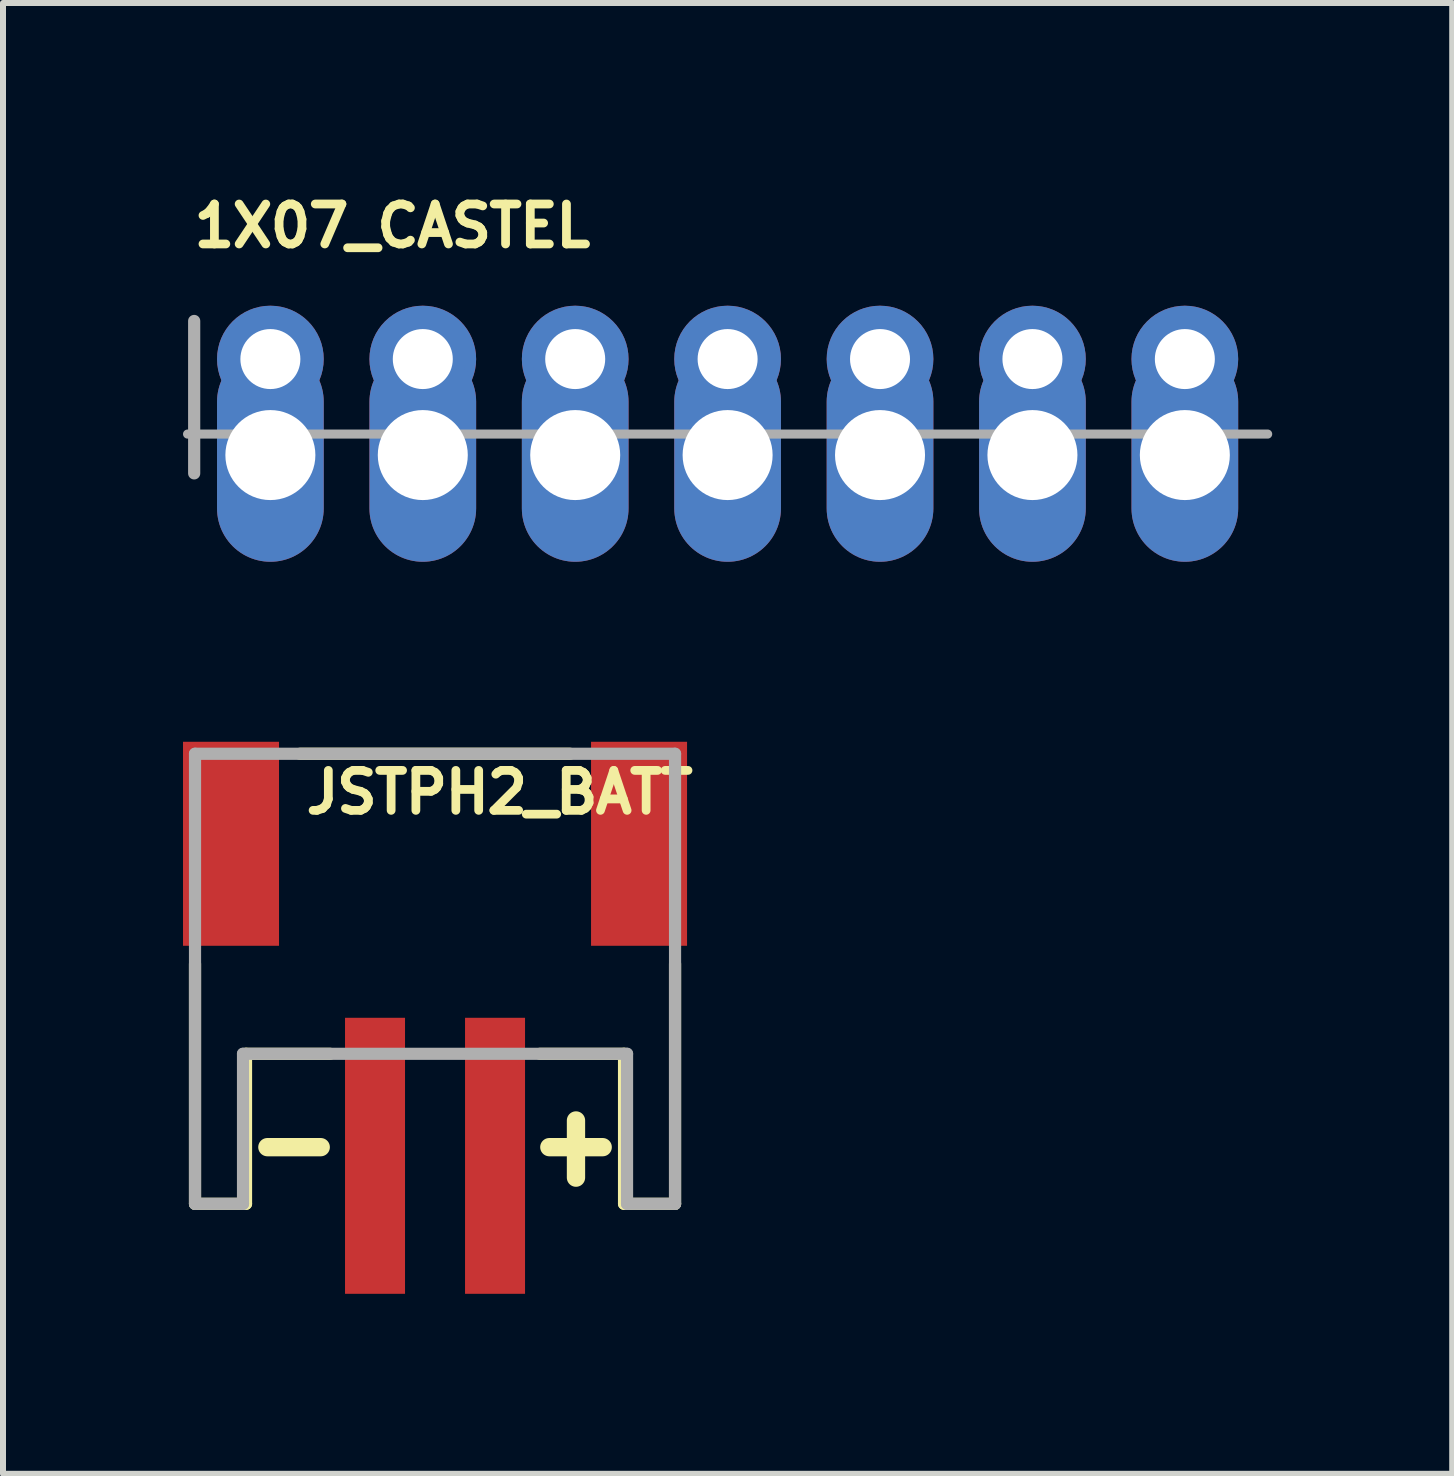
<source format=kicad_pcb>
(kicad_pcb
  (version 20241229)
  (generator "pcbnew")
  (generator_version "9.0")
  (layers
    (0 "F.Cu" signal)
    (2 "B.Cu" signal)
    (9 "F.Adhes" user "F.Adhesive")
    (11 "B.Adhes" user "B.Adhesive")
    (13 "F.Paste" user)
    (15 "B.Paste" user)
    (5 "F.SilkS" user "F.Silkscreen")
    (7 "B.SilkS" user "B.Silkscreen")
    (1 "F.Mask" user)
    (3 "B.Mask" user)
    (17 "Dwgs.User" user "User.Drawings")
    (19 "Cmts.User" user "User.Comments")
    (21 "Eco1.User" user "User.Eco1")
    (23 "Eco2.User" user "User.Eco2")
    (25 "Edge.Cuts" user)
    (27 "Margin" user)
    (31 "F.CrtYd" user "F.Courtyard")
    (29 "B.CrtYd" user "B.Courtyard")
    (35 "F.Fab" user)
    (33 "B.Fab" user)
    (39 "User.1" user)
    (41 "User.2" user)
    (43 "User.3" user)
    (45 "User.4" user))
  (footprint "JSTPH2_BATT"
    (layer "F.Cu")
    (at 4.2 12.512)
    (property "Reference" "JSTPH2_BATT" (at -2.223 -1.968 0) (layer "F.SilkS") (effects (font (size 0.666 0.666) (thickness 0.146)) (justify left bottom)))
    (fp_line (start -4 4.5) (end -4 0.5) (stroke (width 0.203) (type solid)) (layer "F.SilkS"))
    (fp_line (start -3.15 2) (end -3.15 4.5) (stroke (width 0.203) (type solid)) (layer "F.SilkS"))
    (fp_line (start -3.15 4.5) (end -4 4.5) (stroke (width 0.203) (type solid)) (layer "F.SilkS"))
    (fp_line (start -2.794 3.556) (end -1.905 3.556) (stroke (width 0.305) (type solid)) (layer "F.SilkS"))
    (fp_line (start -2.25 -3) (end 2.25 -3) (stroke (width 0.203) (type solid)) (layer "F.SilkS"))
    (fp_line (start -1.75 2) (end -3.15 2) (stroke (width 0.203) (type solid)) (layer "F.SilkS"))
    (fp_line (start 1.905 3.556) (end 2.794 3.556) (stroke (width 0.305) (type solid)) (layer "F.SilkS"))
    (fp_line (start 2.349 4.064) (end 2.349 3.111) (stroke (width 0.305) (type solid)) (layer "F.SilkS"))
    (fp_line (start 3.15 2) (end 1.75 2) (stroke (width 0.203) (type solid)) (layer "F.SilkS"))
    (fp_line (start 3.15 4.5) (end 3.15 2) (stroke (width 0.203) (type solid)) (layer "F.SilkS"))
    (fp_line (start 4 0.5) (end 4 4.5) (stroke (width 0.203) (type solid)) (layer "F.SilkS"))
    (fp_line (start 4 4.5) (end 3.15 4.5) (stroke (width 0.203) (type solid)) (layer "F.SilkS"))
    (fp_line (start -4 -3) (end 4 -3) (stroke (width 0.203) (type solid)) (layer "F.Fab"))
    (fp_line (start -4 4.5) (end -4 -3) (stroke (width 0.203) (type solid)) (layer "F.Fab"))
    (fp_line (start -3.2 2) (end -3.2 4.5) (stroke (width 0.203) (type solid)) (layer "F.Fab"))
    (fp_line (start -3.2 4.5) (end -4 4.5) (stroke (width 0.203) (type solid)) (layer "F.Fab"))
    (fp_line (start 3.2 2) (end -3.2 2) (stroke (width 0.203) (type solid)) (layer "F.Fab"))
    (fp_line (start 3.2 4.5) (end 3.2 2) (stroke (width 0.203) (type solid)) (layer "F.Fab"))
    (fp_line (start 4 -3) (end 4 4.5) (stroke (width 0.203) (type solid)) (layer "F.Fab"))
    (fp_line (start 4 4.5) (end 3.2 4.5) (stroke (width 0.203) (type solid)) (layer "F.Fab"))
    (pad "1" smd rect (at -1 3.7) (size 1 4.6) (layers "F.Cu" "F.Mask" "F.Paste"))
    (pad "2" smd rect (at 1 3.7) (size 1 4.6) (layers "F.Cu" "F.Mask" "F.Paste"))
    (pad "NC1" smd rect (at -3.4 -1.5 90) (size 3.4 1.6) (layers "F.Cu" "F.Mask" "F.Paste"))
    (pad "NC2" smd rect (at 3.4 -1.5 90) (size 3.4 1.6) (layers "F.Cu" "F.Mask" "F.Paste")))
  (footprint "1X07_CASTEL"
    (layer "F.Cu")
    (at 9.076 2.934)
    (property "Reference" "1X07_CASTEL" (at -8.966 -1.829 0) (layer "F.SilkS") (effects (font (size 0.666 0.666) (thickness 0.146)) (justify left bottom)))
    (fp_line (start -9 1.25) (end 9 1.25) (stroke (width 0.152) (type solid)) (layer "F.Fab"))
    (fp_line (start -8.89 -0.635) (end -8.89 1.905) (stroke (width 0.203) (type solid)) (layer "F.Fab"))
    (fp_poly (pts (xy -7.874 0.254) (xy -7.366 0.254) (xy -7.366 -0.254) (xy -7.874 -0.254)) (stroke (width 0.1) (type default)) (fill no) (layer "F.Fab"))
    (fp_poly (pts (xy -7.874 1.524) (xy -7.366 1.524) (xy -7.366 1.016) (xy -7.874 1.016)) (stroke (width 0.1) (type default)) (fill no) (layer "F.Fab"))
    (fp_poly (pts (xy -5.334 0.254) (xy -4.826 0.254) (xy -4.826 -0.254) (xy -5.334 -0.254)) (stroke (width 0.1) (type default)) (fill no) (layer "F.Fab"))
    (fp_poly (pts (xy -5.334 1.524) (xy -4.826 1.524) (xy -4.826 1.016) (xy -5.334 1.016)) (stroke (width 0.1) (type default)) (fill no) (layer "F.Fab"))
    (fp_poly (pts (xy -2.794 0.254) (xy -2.286 0.254) (xy -2.286 -0.254) (xy -2.794 -0.254)) (stroke (width 0.1) (type default)) (fill no) (layer "F.Fab"))
    (fp_poly (pts (xy -2.794 1.524) (xy -2.286 1.524) (xy -2.286 1.016) (xy -2.794 1.016)) (stroke (width 0.1) (type default)) (fill no) (layer "F.Fab"))
    (fp_poly (pts (xy -0.254 0.254) (xy 0.254 0.254) (xy 0.254 -0.254) (xy -0.254 -0.254)) (stroke (width 0.1) (type default)) (fill no) (layer "F.Fab"))
    (fp_poly (pts (xy -0.254 1.524) (xy 0.254 1.524) (xy 0.254 1.016) (xy -0.254 1.016)) (stroke (width 0.1) (type default)) (fill no) (layer "F.Fab"))
    (fp_poly (pts (xy 2.286 0.254) (xy 2.794 0.254) (xy 2.794 -0.254) (xy 2.286 -0.254)) (stroke (width 0.1) (type default)) (fill no) (layer "F.Fab"))
    (fp_poly (pts (xy 2.286 1.524) (xy 2.794 1.524) (xy 2.794 1.016) (xy 2.286 1.016)) (stroke (width 0.1) (type default)) (fill no) (layer "F.Fab"))
    (fp_poly (pts (xy 4.826 0.254) (xy 5.334 0.254) (xy 5.334 -0.254) (xy 4.826 -0.254)) (stroke (width 0.1) (type default)) (fill no) (layer "F.Fab"))
    (fp_poly (pts (xy 4.826 1.524) (xy 5.334 1.524) (xy 5.334 1.016) (xy 4.826 1.016)) (stroke (width 0.1) (type default)) (fill no) (layer "F.Fab"))
    (fp_poly (pts (xy 7.366 0.254) (xy 7.874 0.254) (xy 7.874 -0.254) (xy 7.366 -0.254)) (stroke (width 0.1) (type default)) (fill no) (layer "F.Fab"))
    (fp_poly (pts (xy 7.366 1.524) (xy 7.874 1.524) (xy 7.874 1.016) (xy 7.366 1.016)) (stroke (width 0.1) (type default)) (fill no) (layer "F.Fab"))
    (pad "1" thru_hole circle (at -7.62 0 90) (size 1.778 1.778) (drill 1) (layers "*.Cu" "*.Mask"))
    (pad "1C" thru_hole oval (at -7.62 1.6 90) (size 3.556 1.778) (drill 1.5) (layers "*.Cu" "*.Mask"))
    (pad "2" thru_hole circle (at -5.08 0 90) (size 1.778 1.778) (drill 1) (layers "*.Cu" "*.Mask"))
    (pad "2C" thru_hole oval (at -5.08 1.6 90) (size 3.556 1.778) (drill 1.5) (layers "*.Cu" "*.Mask"))
    (pad "3" thru_hole circle (at -2.54 0 90) (size 1.778 1.778) (drill 1) (layers "*.Cu" "*.Mask"))
    (pad "3C" thru_hole oval (at -2.54 1.6 90) (size 3.556 1.778) (drill 1.5) (layers "*.Cu" "*.Mask"))
    (pad "4" thru_hole circle (at 0 0 90) (size 1.778 1.778) (drill 1) (layers "*.Cu" "*.Mask"))
    (pad "4C" thru_hole oval (at 0 1.6 90) (size 3.556 1.778) (drill 1.5) (layers "*.Cu" "*.Mask"))
    (pad "5" thru_hole circle (at 2.54 0 90) (size 1.778 1.778) (drill 1) (layers "*.Cu" "*.Mask"))
    (pad "5C" thru_hole oval (at 2.54 1.6 90) (size 3.556 1.778) (drill 1.5) (layers "*.Cu" "*.Mask"))
    (pad "6" thru_hole circle (at 5.08 0 90) (size 1.778 1.778) (drill 1) (layers "*.Cu" "*.Mask"))
    (pad "6C" thru_hole oval (at 5.08 1.6 90) (size 3.556 1.778) (drill 1.5) (layers "*.Cu" "*.Mask"))
    (pad "7" thru_hole circle (at 7.62 0 90) (size 1.778 1.778) (drill 1) (layers "*.Cu" "*.Mask"))
    (pad "7C" thru_hole oval (at 7.62 1.6 90) (size 3.556 1.778) (drill 1.5) (layers "*.Cu" "*.Mask")))
  (gr_rect
    (start -3 -3)
    (end 21.152 21.512)
    (stroke (width 0.1) (type default))
    (fill no)
    (layer "Edge.Cuts")))
</source>
